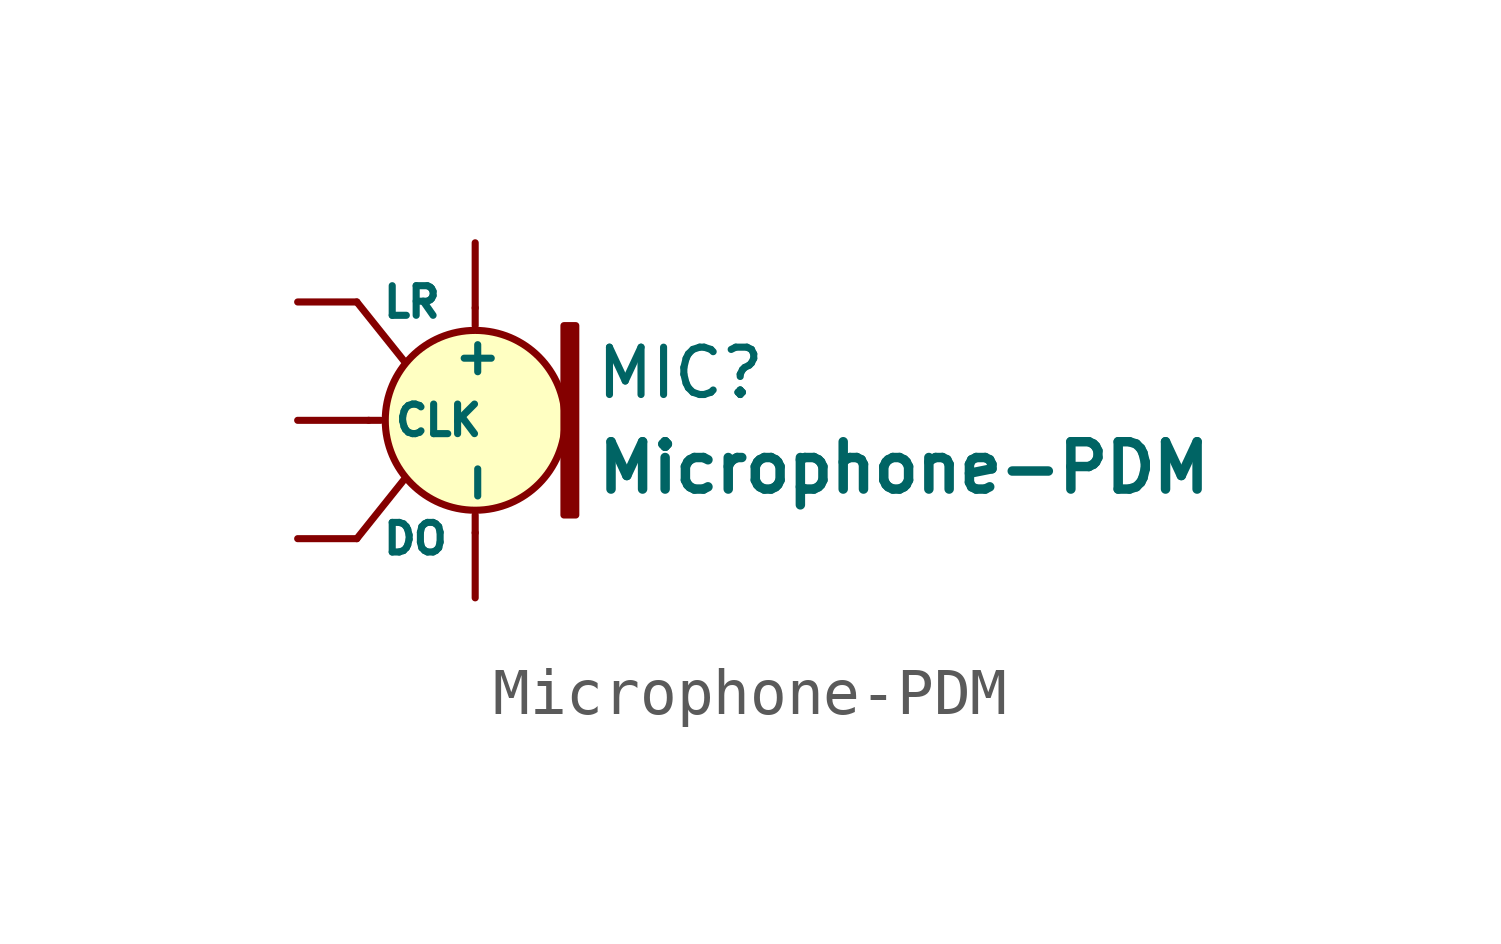
<source format=kicad_sym>
(kicad_symbol_lib
  (version 20220914)
  (generator kicad_symbol_editor)
  (symbol "Microphone-PDM"
    (pin_numbers hide)
    (property "Reference" "MIC"
      (at 2.54 1.016 0)
      (effects (font (size 1.016 1.016)) (justify left)))
    (property "Value" "Microphone-PDM"
      (at 2.54 -1.016 0)
      (effects (font (size 1.016 1.016) bold) (justify left)))
    (symbol "Microphone-PDM_0_1"
      (polyline (pts (xy -2.54 -2.54) (xy -1.524 -1.27)) (stroke (width 0) (type solid)) (fill (type none)))
      (polyline (pts (xy -2.54 2.54) (xy -1.524 1.27)) (stroke (width 0) (type solid)) (fill (type none)))
      (polyline (pts (xy -2.286 0) (xy -2.032 0)) (stroke (width 0) (type solid)) (fill (type none)))
      (polyline (pts (xy 0 -2.413) (xy 0 -2.032)) (stroke (width 0) (type solid)) (fill (type none)))
      (polyline (pts (xy 0 2.413) (xy 0 2.032)) (stroke (width 0) (type solid)) (fill (type none)))
      (circle (center 0 0) (radius 1.93) (stroke (width 0) (type solid)) (fill (type background)))
      (rectangle (start 1.905 2.032) (end 2.159 -2.032) (stroke (width 0) (type solid)) (fill (type outline))))
    (symbol "Microphone-PDM_1_1"
      (pin power_in line (at 0 3.81 270) (length 1.397) (name "+" (effects (font (size 0.762 0.762)))) (number "1" (effects (font (size 0.762 0.762)))))
      (pin input line (at -3.81 2.54 0) (length 1.27) (name "LR" (effects (font (size 0.635 0.635)))) (number "2" (effects (font (size 0.762 0.762)))))
      (pin input line (at -3.81 0 0) (length 1.524) (name "CLK" (effects (font (size 0.635 0.635)))) (number "3" (effects (font (size 0.762 0.762)))))
      (pin output line (at -3.81 -2.54 0) (length 1.27) (name "DO" (effects (font (size 0.635 0.635)))) (number "4" (effects (font (size 0.762 0.762)))))
      (pin power_in line (at 0 -3.81 90) (length 1.397) (name "-" (effects (font (size 0.762 0.762)))) (number "5" (effects (font (size 0.762 0.762))))))))
</source>
